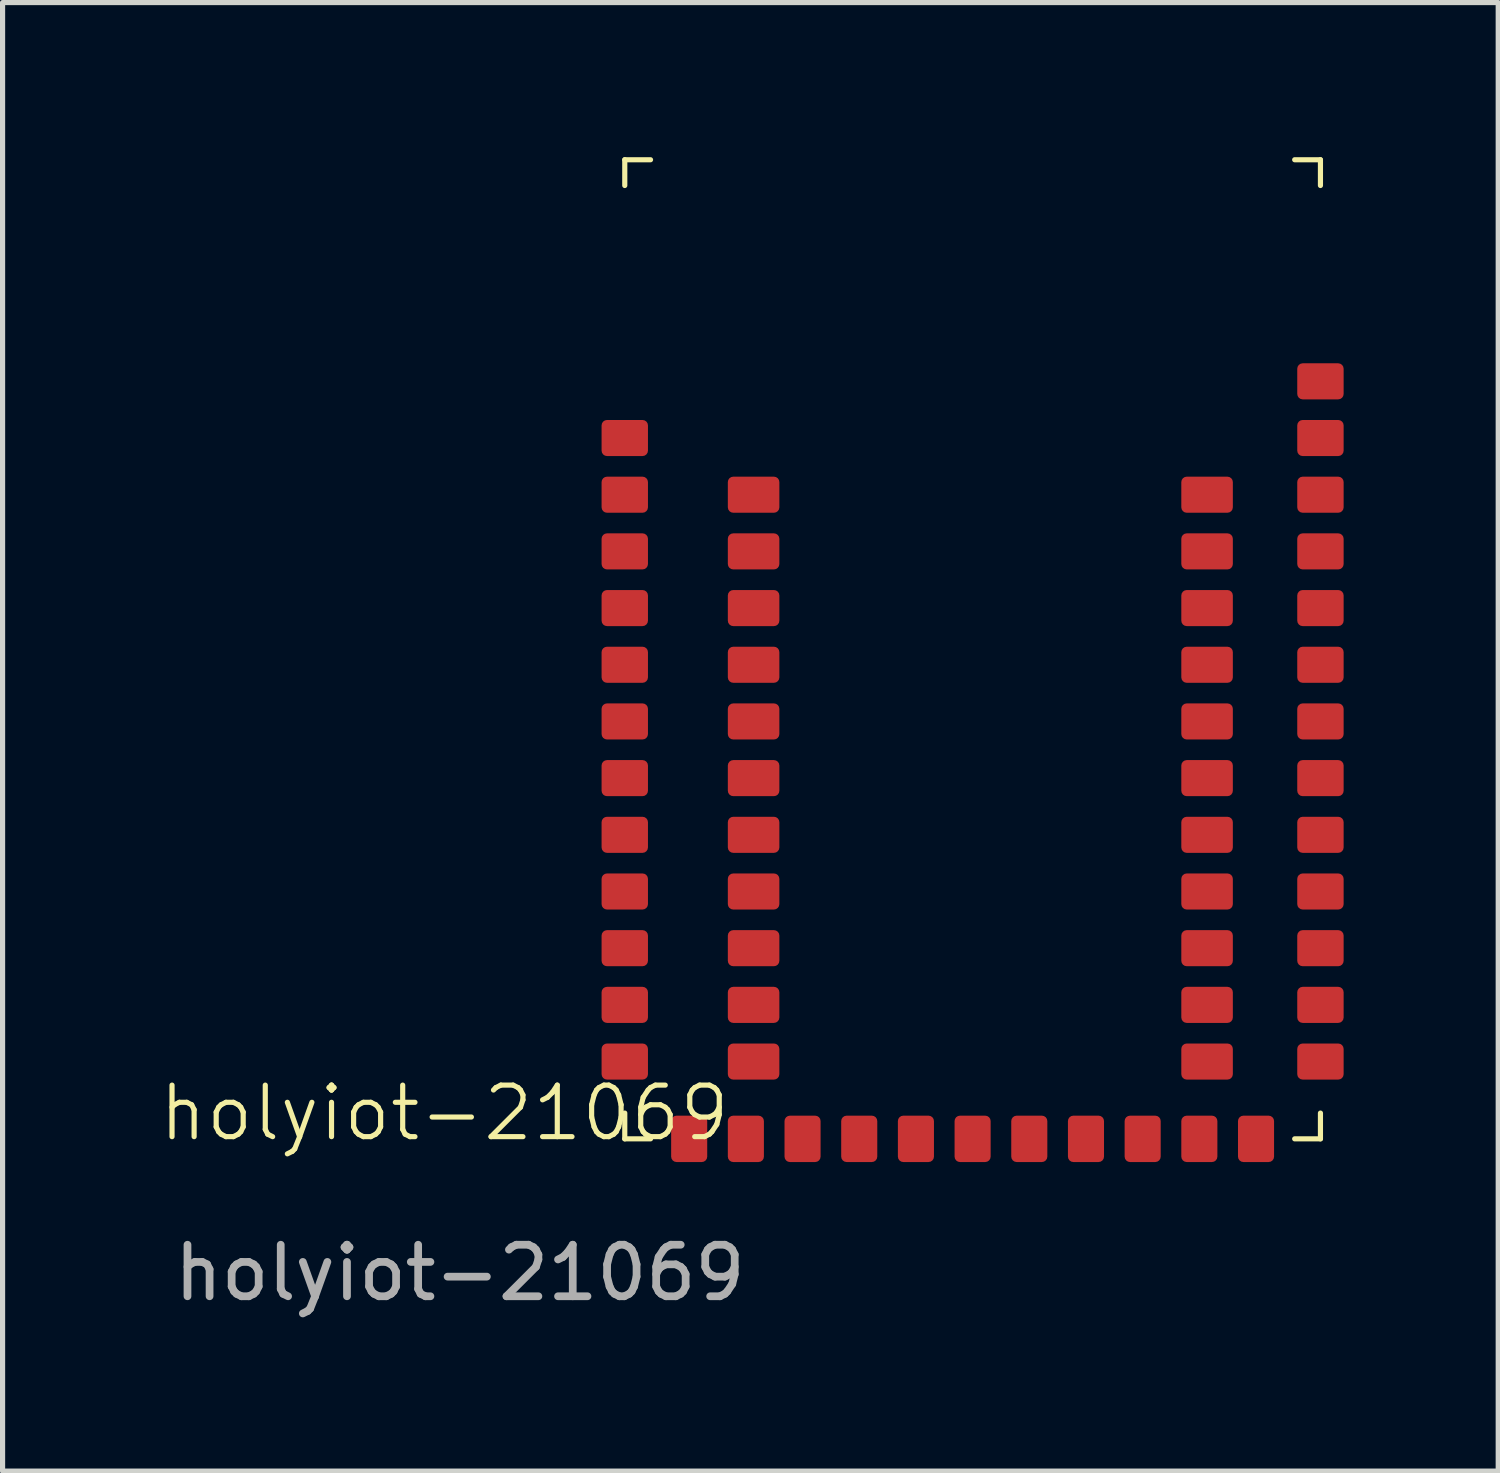
<source format=kicad_pcb>
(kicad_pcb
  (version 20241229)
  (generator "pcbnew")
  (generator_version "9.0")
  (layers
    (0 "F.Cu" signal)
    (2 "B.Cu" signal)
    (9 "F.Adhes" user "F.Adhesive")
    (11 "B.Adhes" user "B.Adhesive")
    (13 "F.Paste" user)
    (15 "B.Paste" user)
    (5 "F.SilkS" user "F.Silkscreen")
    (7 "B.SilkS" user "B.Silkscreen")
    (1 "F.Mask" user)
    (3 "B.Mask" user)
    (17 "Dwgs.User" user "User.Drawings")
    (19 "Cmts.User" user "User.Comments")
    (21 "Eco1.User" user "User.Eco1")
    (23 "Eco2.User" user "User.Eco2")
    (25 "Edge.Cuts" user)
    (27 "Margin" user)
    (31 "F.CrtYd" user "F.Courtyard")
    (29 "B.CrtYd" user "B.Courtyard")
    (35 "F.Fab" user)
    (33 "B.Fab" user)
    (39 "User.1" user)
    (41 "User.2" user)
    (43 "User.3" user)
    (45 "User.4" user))
  (footprint "holyiot-21069"
    (layer "F.Cu")
    (at 9.074 19.05)
    (property "Reference" "holyiot-21069" (at -3.5 -0.5 0) (unlocked yes) (layer "F.SilkS") (effects (font (size 1 1) (thickness 0.1))))
    (attr smd)
    (fp_line (start 0 -19) (end 0.5 -19) (stroke (width 0.1) (type default)) (layer "F.SilkS"))
    (fp_line (start 0 -18.5) (end 0 -19) (stroke (width 0.1) (type default)) (layer "F.SilkS"))
    (fp_line (start 0 0) (end 0 -0.5) (stroke (width 0.1) (type default)) (layer "F.SilkS"))
    (fp_line (start 0.5 0) (end 0 0) (stroke (width 0.1) (type default)) (layer "F.SilkS"))
    (fp_line (start 13 -19) (end 13.5 -19) (stroke (width 0.1) (type default)) (layer "F.SilkS"))
    (fp_line (start 13 0) (end 13.5 0) (stroke (width 0.1) (type default)) (layer "F.SilkS"))
    (fp_line (start 13.5 -19) (end 13.5 -18.5) (stroke (width 0.1) (type default)) (layer "F.SilkS"))
    (fp_line (start 13.5 -0.5) (end 13.5 0) (stroke (width 0.1) (type default)) (layer "F.SilkS"))
    (fp_text user "${REFERENCE}" (at -3.2 2.6 0) (unlocked yes) (layer "F.Fab") (effects (font (size 1 1) (thickness 0.15))))
    (pad "D+" smd roundrect (at 2.5 -3.7) (size 1 0.7) (layers "F.Cu" "F.Mask" "F.Paste") (roundrect_rratio 0.15))
    (pad "D-" smd roundrect (at 2.5 -4.8) (size 1 0.7) (layers "F.Cu" "F.Mask" "F.Paste") (roundrect_rratio 0.15))
    (pad "DCCH" smd roundrect (at 3.45 0) (size 0.7 0.9) (layers "F.Cu" "F.Mask" "F.Paste") (roundrect_rratio 0.15))
    (pad "GND" smd roundrect (at 0 -13.6) (size 0.9 0.7) (layers "F.Cu" "F.Mask" "F.Paste") (roundrect_rratio 0.15))
    (pad "GND" smd roundrect (at 0 -2.6) (size 0.9 0.7) (layers "F.Cu" "F.Mask" "F.Paste") (roundrect_rratio 0.15))
    (pad "GND" smd roundrect (at 0 -1.5) (size 0.9 0.7) (layers "F.Cu" "F.Mask" "F.Paste") (roundrect_rratio 0.15))
    (pad "P0.2" smd roundrect (at 2.5 -2.6) (size 1 0.7) (layers "F.Cu" "F.Mask" "F.Paste") (roundrect_rratio 0.15))
    (pad "P0.3" smd roundrect (at 2.5 -1.5) (size 1 0.7) (layers "F.Cu" "F.Mask" "F.Paste") (roundrect_rratio 0.15))
    (pad "P0.4" smd roundrect (at 0 -7) (size 0.9 0.7) (layers "F.Cu" "F.Mask" "F.Paste") (roundrect_rratio 0.15))
    (pad "P0.5" smd roundrect (at 0 -8.1) (size 0.9 0.7) (layers "F.Cu" "F.Mask" "F.Paste") (roundrect_rratio 0.15))
    (pad "P0.6" smd roundrect (at 0 -9.2) (size 0.9 0.7) (layers "F.Cu" "F.Mask" "F.Paste") (roundrect_rratio 0.15))
    (pad "P0.7" smd roundrect (at 0 -10.3) (size 0.9 0.7) (layers "F.Cu" "F.Mask" "F.Paste") (roundrect_rratio 0.15))
    (pad "P0.8" smd roundrect (at 0 -12.5) (size 0.9 0.7) (layers "F.Cu" "F.Mask" "F.Paste") (roundrect_rratio 0.15))
    (pad "P0.9" smd roundrect (at 11.3 -3.7) (size 1 0.7) (layers "F.Cu" "F.Mask" "F.Paste") (roundrect_rratio 0.15))
    (pad "P0.10" smd roundrect (at 11.3 -4.8) (size 1 0.7) (layers "F.Cu" "F.Mask" "F.Paste") (roundrect_rratio 0.15))
    (pad "P0.11" smd roundrect (at 11.3 -5.9) (size 1 0.7) (layers "F.Cu" "F.Mask" "F.Paste") (roundrect_rratio 0.15))
    (pad "P0.12" smd roundrect (at 11.3 -7) (size 1 0.7) (layers "F.Cu" "F.Mask" "F.Paste") (roundrect_rratio 0.15))
    (pad "P0.13" smd roundrect (at 5.65 0) (size 0.7 0.9) (layers "F.Cu" "F.Mask" "F.Paste") (roundrect_rratio 0.15))
    (pad "P0.14" smd roundrect (at 6.75 0) (size 0.7 0.9) (layers "F.Cu" "F.Mask" "F.Paste") (roundrect_rratio 0.15))
    (pad "P0.15" smd roundrect (at 7.85 0) (size 0.7 0.9) (layers "F.Cu" "F.Mask" "F.Paste") (roundrect_rratio 0.15))
    (pad "P0.16" smd roundrect (at 11.3 -8.1) (size 1 0.7) (layers "F.Cu" "F.Mask" "F.Paste") (roundrect_rratio 0.15))
    (pad "P0.17" smd roundrect (at 8.95 0) (size 0.7 0.9) (layers "F.Cu" "F.Mask" "F.Paste") (roundrect_rratio 0.15))
    (pad "P0.18" smd roundrect (at 10.05 0) (size 0.7 0.9) (layers "F.Cu" "F.Mask" "F.Paste") (roundrect_rratio 0.15))
    (pad "P0.19" smd roundrect (at 13.5 -5.9) (size 0.9 0.7) (layers "F.Cu" "F.Mask" "F.Paste") (roundrect_rratio 0.15))
    (pad "P0.20" smd roundrect (at 11.15 0) (size 0.7 0.9) (layers "F.Cu" "F.Mask" "F.Paste") (roundrect_rratio 0.15))
    (pad "P0.21" smd roundrect (at 13.5 -7) (size 0.9 0.7) (layers "F.Cu" "F.Mask" "F.Paste") (roundrect_rratio 0.15))
    (pad "P0.22" smd roundrect (at 11.3 -2.6) (size 1 0.7) (layers "F.Cu" "F.Mask" "F.Paste") (roundrect_rratio 0.15))
    (pad "P0.23" smd roundrect (at 11.3 -1.5) (size 1 0.7) (layers "F.Cu" "F.Mask" "F.Paste") (roundrect_rratio 0.15))
    (pad "P0.24" smd roundrect (at 11.3 -11.4) (size 1 0.7) (layers "F.Cu" "F.Mask" "F.Paste") (roundrect_rratio 0.15))
    (pad "P0.25" smd roundrect (at 13.5 -3.7) (size 0.9 0.7) (layers "F.Cu" "F.Mask" "F.Paste") (roundrect_rratio 0.15))
    (pad "P0.26" smd roundrect (at 11.3 -12.5) (size 1 0.7) (layers "F.Cu" "F.Mask" "F.Paste") (roundrect_rratio 0.15))
    (pad "P0.27" smd roundrect (at 13.5 -9.2) (size 0.9 0.7) (layers "F.Cu" "F.Mask" "F.Paste") (roundrect_rratio 0.15))
    (pad "P0.28" smd roundrect (at 13.5 -11.4) (size 0.9 0.7) (layers "F.Cu" "F.Mask" "F.Paste") (roundrect_rratio 0.15))
    (pad "P0.29" smd roundrect (at 13.5 -4.8) (size 0.9 0.7) (layers "F.Cu" "F.Mask" "F.Paste") (roundrect_rratio 0.15))
    (pad "P0.30" smd roundrect (at 2.5 -12.5) (size 1 0.7) (layers "F.Cu" "F.Mask" "F.Paste") (roundrect_rratio 0.15))
    (pad "P0.31" smd roundrect (at 2.5 -11.4) (size 1 0.7) (layers "F.Cu" "F.Mask" "F.Paste") (roundrect_rratio 0.15))
    (pad "P1.0" smd roundrect (at 0 -5.9) (size 0.9 0.7) (layers "F.Cu" "F.Mask" "F.Paste") (roundrect_rratio 0.15))
    (pad "P1.1" smd roundrect (at 0 -4.8) (size 0.9 0.7) (layers "F.Cu" "F.Mask" "F.Paste") (roundrect_rratio 0.15))
    (pad "P1.2" smd roundrect (at 0 -3.7) (size 0.9 0.7) (layers "F.Cu" "F.Mask" "F.Paste") (roundrect_rratio 0.15))
    (pad "P1.3" smd roundrect (at 0 -11.4) (size 0.9 0.7) (layers "F.Cu" "F.Mask" "F.Paste") (roundrect_rratio 0.15))
    (pad "P1.4" smd roundrect (at 11.3 -9.2) (size 1 0.7) (layers "F.Cu" "F.Mask" "F.Paste") (roundrect_rratio 0.15))
    (pad "P1.5" smd roundrect (at 12.25 0) (size 0.7 0.9) (layers "F.Cu" "F.Mask" "F.Paste") (roundrect_rratio 0.15))
    (pad "P1.6" smd roundrect (at 13.5 -8.1) (size 0.9 0.7) (layers "F.Cu" "F.Mask" "F.Paste") (roundrect_rratio 0.15))
    (pad "P1.7" smd roundrect (at 13.5 -1.5) (size 0.9 0.7) (layers "F.Cu" "F.Mask" "F.Paste") (roundrect_rratio 0.15))
    (pad "P1.8" smd roundrect (at 11.3 -10.3) (size 1 0.7) (layers "F.Cu" "F.Mask" "F.Paste") (roundrect_rratio 0.15))
    (pad "P1.9" smd roundrect (at 13.5 -2.6) (size 0.9 0.7) (layers "F.Cu" "F.Mask" "F.Paste") (roundrect_rratio 0.15))
    (pad "P1.10" smd roundrect (at 13.5 -12.5) (size 0.9 0.7) (layers "F.Cu" "F.Mask" "F.Paste") (roundrect_rratio 0.15))
    (pad "P1.11" smd roundrect (at 2.5 -10.3) (size 1 0.7) (layers "F.Cu" "F.Mask" "F.Paste") (roundrect_rratio 0.15))
    (pad "P1.12" smd roundrect (at 2.5 -9.2) (size 1 0.7) (layers "F.Cu" "F.Mask" "F.Paste") (roundrect_rratio 0.15))
    (pad "P1.13" smd roundrect (at 2.5 -8.1) (size 1 0.7) (layers "F.Cu" "F.Mask" "F.Paste") (roundrect_rratio 0.15))
    (pad "P1.14" smd roundrect (at 2.5 -7) (size 1 0.7) (layers "F.Cu" "F.Mask" "F.Paste") (roundrect_rratio 0.15))
    (pad "P1.15" smd roundrect (at 2.5 -5.9) (size 1 0.7) (layers "F.Cu" "F.Mask" "F.Paste") (roundrect_rratio 0.15))
    (pad "RESET" smd roundrect (at 13.5 -10.3) (size 0.9 0.7) (layers "F.Cu" "F.Mask" "F.Paste") (roundrect_rratio 0.15))
    (pad "SWDCLK" smd roundrect (at 13.5 -14.7) (size 0.9 0.7) (layers "F.Cu" "F.Mask" "F.Paste") (roundrect_rratio 0.15))
    (pad "SWDIO" smd roundrect (at 13.5 -13.6) (size 0.9 0.7) (layers "F.Cu" "F.Mask" "F.Paste") (roundrect_rratio 0.15))
    (pad "VBUS" smd roundrect (at 1.25 0) (size 0.7 0.9) (layers "F.Cu" "F.Mask" "F.Paste") (roundrect_rratio 0.15))
    (pad "VDD" smd roundrect (at 4.55 0) (size 0.7 0.9) (layers "F.Cu" "F.Mask" "F.Paste") (roundrect_rratio 0.15))
    (pad "VDDH" smd roundrect (at 2.35 0) (size 0.7 0.9) (layers "F.Cu" "F.Mask" "F.Paste") (roundrect_rratio 0.15)))
  (gr_rect
    (start -3 -3)
    (end 26.024 25.498)
    (stroke (width 0.1) (type default))
    (fill no)
    (layer "Edge.Cuts")))
</source>
